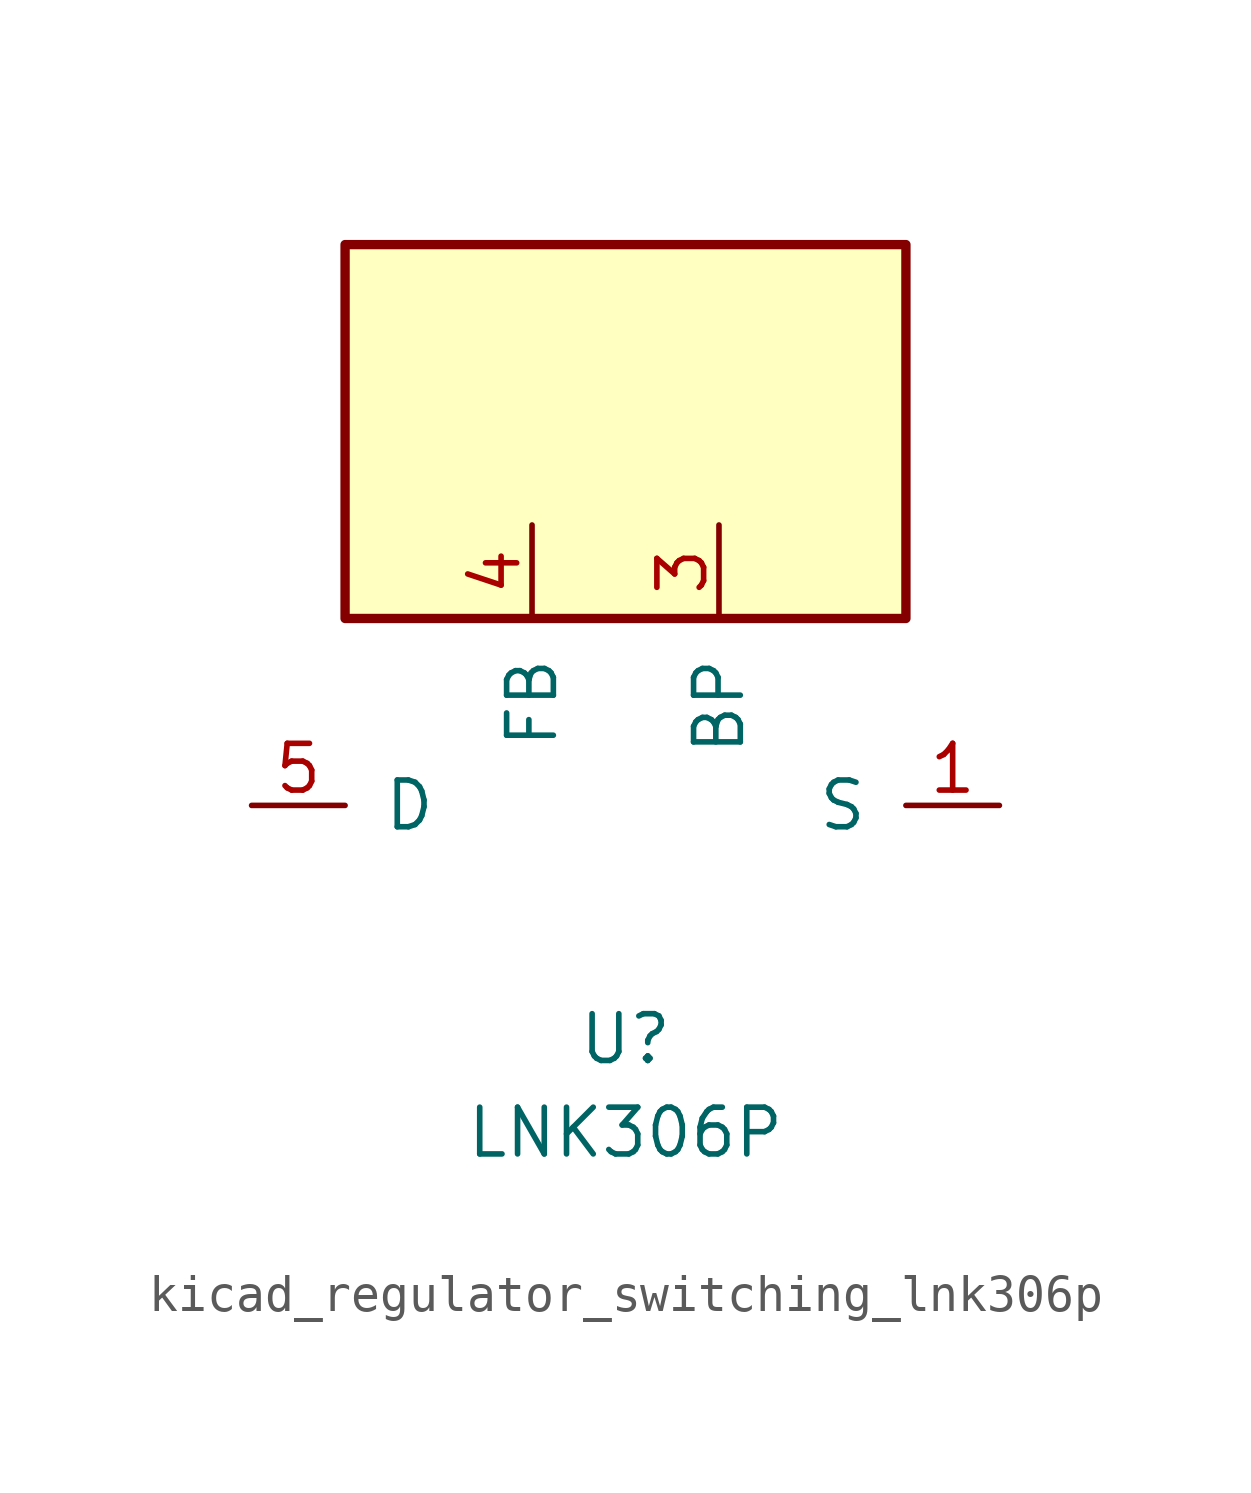
<source format=kicad_sym>
(kicad_symbol_lib
  (version 20220914)
  (generator kicad_symbol_editor)
  (symbol "kicad_regulator_switching_lnk306p"
    (pin_names
      (offset 1.016))
    (property "Reference" "U"
      (at 0 -6.35 0)
      (effects (font (size 1.27 1.27))))
    (property "Value" "LNK306P"
      (at 0 -8.89 0)
      (effects (font (size 1.27 1.27))))
    (symbol "kicad_regulator_switching_lnk306p_0_1"
      (rectangle (start 7.62 15.24) (end -7.62 5.08) (stroke (width 0.254) (type default)) (fill (type background))))
    (symbol "kicad_regulator_switching_lnk306p_1_1"
      (pin power_in line (at 10.16 0 180) (length 2.54) (name "S" (effects (font (size 1.27 1.27)))) (number "1" (effects (font (size 1.27 1.27)))))
      (pin passive line (at 10.16 0 180) (length 2.54) hide (name "S" (effects (font (size 1.27 1.27)))) (number "2" (effects (font (size 1.27 1.27)))))
      (pin input line (at 2.54 7.62 270) (length 2.54) (name "BP" (effects (font (size 1.27 1.27)))) (number "3" (effects (font (size 1.27 1.27)))))
      (pin input line (at -2.54 7.62 270) (length 2.54) (name "FB" (effects (font (size 1.27 1.27)))) (number "4" (effects (font (size 1.27 1.27)))))
      (pin open_collector line (at -10.16 0 0) (length 2.54) (name "D" (effects (font (size 1.27 1.27)))) (number "5" (effects (font (size 1.27 1.27)))))
      (pin passive line (at 10.16 0 180) (length 2.54) hide (name "S" (effects (font (size 1.27 1.27)))) (number "7" (effects (font (size 1.27 1.27)))))
      (pin passive line (at 10.16 0 180) (length 2.54) hide (name "S" (effects (font (size 1.27 1.27)))) (number "8" (effects (font (size 1.27 1.27))))))))
</source>
